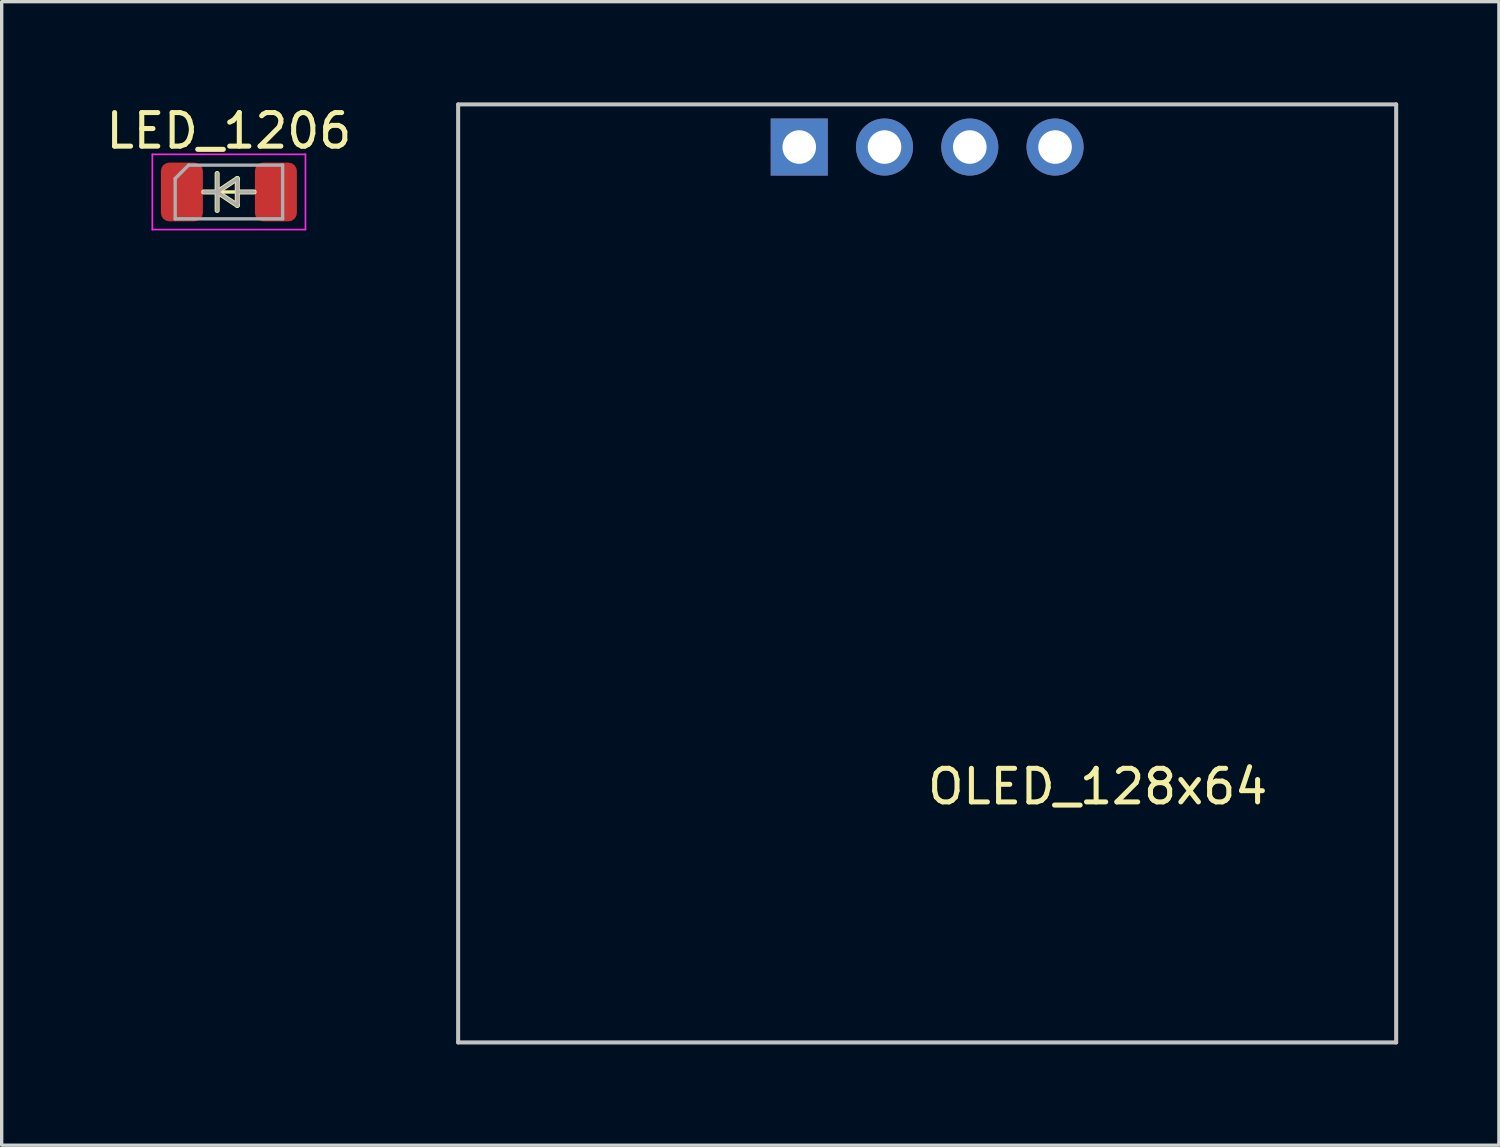
<source format=kicad_pcb>
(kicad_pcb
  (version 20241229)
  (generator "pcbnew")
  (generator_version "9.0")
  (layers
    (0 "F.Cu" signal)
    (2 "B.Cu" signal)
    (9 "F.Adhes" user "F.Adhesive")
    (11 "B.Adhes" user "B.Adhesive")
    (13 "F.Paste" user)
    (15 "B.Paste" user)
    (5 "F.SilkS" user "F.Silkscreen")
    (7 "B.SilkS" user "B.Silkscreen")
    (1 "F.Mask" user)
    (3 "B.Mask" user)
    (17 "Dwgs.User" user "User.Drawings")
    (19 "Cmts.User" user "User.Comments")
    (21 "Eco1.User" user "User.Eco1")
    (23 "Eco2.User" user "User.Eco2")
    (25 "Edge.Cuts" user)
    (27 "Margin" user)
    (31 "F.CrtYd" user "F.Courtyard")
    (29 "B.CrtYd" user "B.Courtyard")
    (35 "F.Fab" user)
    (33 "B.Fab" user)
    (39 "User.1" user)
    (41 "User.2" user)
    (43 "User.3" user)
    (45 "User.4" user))
  (footprint "OLED_128x64"
    (layer "F.Cu")
    (at 24.566 1.33)
    (property "Reference" "OLED_128x64" (at 5.08 19.05 0) (layer "F.SilkS") (effects (font (size 1 1) (thickness 0.15))))
    (attr through_hole exclude_from_pos_files)
    (fp_line (start -13.97 -1.27) (end -13.97 26.67) (stroke (width 0.12) (type solid)) (layer "Dwgs.User"))
    (fp_line (start -13.97 26.67) (end 13.97 26.67) (stroke (width 0.12) (type solid)) (layer "Dwgs.User"))
    (fp_line (start 13.97 -1.27) (end -13.97 -1.27) (stroke (width 0.12) (type solid)) (layer "Dwgs.User"))
    (fp_line (start 13.97 26.67) (end 13.97 -1.27) (stroke (width 0.12) (type solid)) (layer "Dwgs.User"))
    (pad "1" thru_hole rect (at -3.81 0 90) (size 1.7 1.7) (drill 1) (layers "*.Cu" "*.Mask"))
    (pad "2" thru_hole oval (at -1.27 0 90) (size 1.7 1.7) (drill 1) (layers "*.Cu" "*.Mask"))
    (pad "3" thru_hole oval (at 1.27 0 90) (size 1.7 1.7) (drill 1) (layers "*.Cu" "*.Mask"))
    (pad "4" thru_hole oval (at 3.81 0 90) (size 1.7 1.7) (drill 1) (layers "*.Cu" "*.Mask")))
  (footprint "LED_1206"
    (layer "F.Cu")
    (at 3.768 2.668)
    (property "Reference" "LED_1206" (at 0 -1.82 0) (layer "F.SilkS") (effects (font (size 1 1) (thickness 0.15))))
    (attr smd)
    (fp_line (start -0.75 0) (end -0.35 0) (stroke (width 0.15) (type solid)) (layer "F.SilkS"))
    (fp_line (start -0.75 0) (end 0.75 0) (stroke (width 0.1) (type default)) (layer "F.SilkS"))
    (fp_line (start -0.35 0) (end -0.35 -0.55) (stroke (width 0.15) (type solid)) (layer "F.SilkS"))
    (fp_line (start -0.35 0) (end -0.35 0.55) (stroke (width 0.15) (type solid)) (layer "F.SilkS"))
    (fp_line (start -0.35 0) (end 0.25 -0.4) (stroke (width 0.15) (type solid)) (layer "F.SilkS"))
    (fp_line (start 0.25 -0.4) (end 0.25 0.4) (stroke (width 0.15) (type solid)) (layer "F.SilkS"))
    (fp_line (start 0.25 0) (end 0.75 0) (stroke (width 0.15) (type solid)) (layer "F.SilkS"))
    (fp_line (start 0.25 0.4) (end -0.35 0) (stroke (width 0.15) (type solid)) (layer "F.SilkS"))
    (fp_line (start -2.28 -1.12) (end 2.28 -1.12) (stroke (width 0.05) (type solid)) (layer "F.CrtYd"))
    (fp_line (start -2.28 1.12) (end -2.28 -1.12) (stroke (width 0.05) (type solid)) (layer "F.CrtYd"))
    (fp_line (start 2.28 -1.12) (end 2.28 1.12) (stroke (width 0.05) (type solid)) (layer "F.CrtYd"))
    (fp_line (start 2.28 1.12) (end -2.28 1.12) (stroke (width 0.05) (type solid)) (layer "F.CrtYd"))
    (fp_line (start -1.6 -0.4) (end -1.6 0.8) (stroke (width 0.1) (type solid)) (layer "F.Fab"))
    (fp_line (start -1.6 0.8) (end 1.6 0.8) (stroke (width 0.1) (type solid)) (layer "F.Fab"))
    (fp_line (start -1.2 -0.8) (end -1.6 -0.4) (stroke (width 0.1) (type solid)) (layer "F.Fab"))
    (fp_line (start -0.75 0) (end -0.35 0) (stroke (width 0.1) (type solid)) (layer "F.Fab"))
    (fp_line (start -0.35 0) (end -0.35 -0.55) (stroke (width 0.1) (type solid)) (layer "F.Fab"))
    (fp_line (start -0.35 0) (end -0.35 0.55) (stroke (width 0.1) (type solid)) (layer "F.Fab"))
    (fp_line (start -0.35 0) (end 0.25 -0.4) (stroke (width 0.1) (type solid)) (layer "F.Fab"))
    (fp_line (start 0.25 -0.4) (end 0.25 0.4) (stroke (width 0.1) (type solid)) (layer "F.Fab"))
    (fp_line (start 0.25 0) (end 0.75 0) (stroke (width 0.1) (type solid)) (layer "F.Fab"))
    (fp_line (start 0.25 0.4) (end -0.35 0) (stroke (width 0.1) (type solid)) (layer "F.Fab"))
    (fp_line (start 1.6 -0.8) (end -1.2 -0.8) (stroke (width 0.1) (type solid)) (layer "F.Fab"))
    (fp_line (start 1.6 0.8) (end 1.6 -0.8) (stroke (width 0.1) (type solid)) (layer "F.Fab"))
    (pad "1" smd roundrect (at -1.4 0) (size 1.25 1.75) (layers "F.Cu" "F.Mask" "F.Paste") (roundrect_rratio 0.2))
    (pad "2" smd roundrect (at 1.4 0) (size 1.25 1.75) (layers "F.Cu" "F.Mask" "F.Paste") (roundrect_rratio 0.2)))
  (gr_rect
    (start -3 -3)
    (end 41.596 31.06)
    (stroke (width 0.1) (type default))
    (fill no)
    (layer "Edge.Cuts")))
</source>
